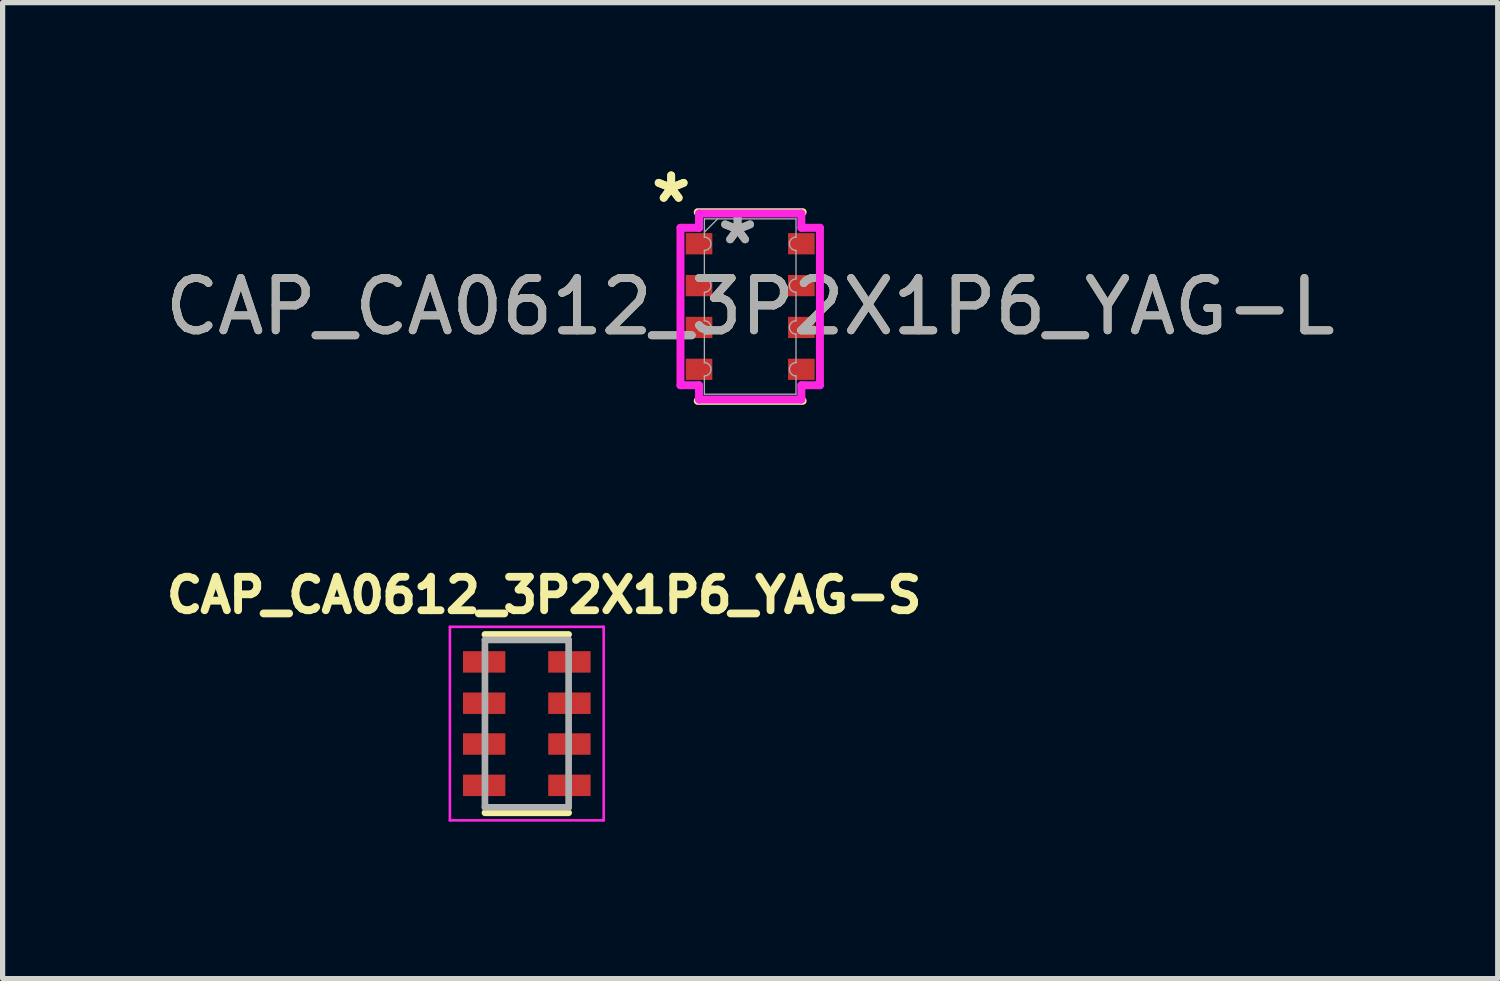
<source format=kicad_pcb>
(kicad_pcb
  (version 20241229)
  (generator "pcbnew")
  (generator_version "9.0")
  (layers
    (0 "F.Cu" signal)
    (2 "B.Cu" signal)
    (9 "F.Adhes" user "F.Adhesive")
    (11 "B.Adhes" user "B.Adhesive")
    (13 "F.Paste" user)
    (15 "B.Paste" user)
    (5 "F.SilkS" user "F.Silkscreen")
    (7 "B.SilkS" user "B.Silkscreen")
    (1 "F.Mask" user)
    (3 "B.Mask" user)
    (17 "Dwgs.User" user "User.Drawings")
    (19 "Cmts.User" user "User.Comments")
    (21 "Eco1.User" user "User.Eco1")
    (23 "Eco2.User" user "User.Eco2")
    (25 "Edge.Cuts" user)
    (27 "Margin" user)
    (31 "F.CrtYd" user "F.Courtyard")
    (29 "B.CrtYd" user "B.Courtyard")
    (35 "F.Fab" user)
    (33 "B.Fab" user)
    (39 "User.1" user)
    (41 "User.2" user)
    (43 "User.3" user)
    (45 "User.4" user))
  (footprint "CAP_CA0612_3P2X1P6_YAG-S"
    (layer "F.Cu")
    (at 7.021 10.784)
    (property "Reference" "CAP_CA0612_3P2X1P6_YAG-S" (at 0.332 -2.456 0) (layer "F.SilkS") (effects (font (size 0.64 0.64) (thickness 0.15))))
    (attr smd)
    (fp_line (start -0.8 -1.705) (end 0.8 -1.705) (stroke (width 0.127) (type solid)) (layer "F.SilkS"))
    (fp_line (start -0.8 1.705) (end 0.8 1.705) (stroke (width 0.127) (type solid)) (layer "F.SilkS"))
    (fp_line (start -1.47 -1.85) (end -1.47 1.85) (stroke (width 0.05) (type solid)) (layer "F.CrtYd"))
    (fp_line (start -1.47 1.85) (end 1.47 1.85) (stroke (width 0.05) (type solid)) (layer "F.CrtYd"))
    (fp_line (start 1.47 -1.85) (end -1.47 -1.85) (stroke (width 0.05) (type solid)) (layer "F.CrtYd"))
    (fp_line (start 1.47 1.85) (end 1.47 -1.85) (stroke (width 0.05) (type solid)) (layer "F.CrtYd"))
    (fp_line (start -0.8 -1.6) (end 0.8 -1.6) (stroke (width 0.127) (type solid)) (layer "F.Fab"))
    (fp_line (start -0.8 1.6) (end -0.8 -1.6) (stroke (width 0.127) (type solid)) (layer "F.Fab"))
    (fp_line (start 0.8 -1.6) (end 0.8 1.6) (stroke (width 0.127) (type solid)) (layer "F.Fab"))
    (fp_line (start 0.8 1.6) (end -0.8 1.6) (stroke (width 0.127) (type solid)) (layer "F.Fab"))
    (pad "1" smd rect (at -0.815 -1.18) (size 0.81 0.41) (layers "F.Cu" "F.Mask" "F.Paste"))
    (pad "2" smd rect (at -0.815 -0.39) (size 0.81 0.41) (layers "F.Cu" "F.Mask" "F.Paste"))
    (pad "3" smd rect (at -0.815 0.39) (size 0.81 0.41) (layers "F.Cu" "F.Mask" "F.Paste"))
    (pad "4" smd rect (at -0.815 1.18) (size 0.81 0.41) (layers "F.Cu" "F.Mask" "F.Paste"))
    (pad "5" smd rect (at 0.815 1.18) (size 0.81 0.41) (layers "F.Cu" "F.Mask" "F.Paste"))
    (pad "6" smd rect (at 0.815 0.39) (size 0.81 0.41) (layers "F.Cu" "F.Mask" "F.Paste"))
    (pad "7" smd rect (at 0.815 -0.39) (size 0.81 0.41) (layers "F.Cu" "F.Mask" "F.Paste"))
    (pad "8" smd rect (at 0.815 -1.18) (size 0.81 0.41) (layers "F.Cu" "F.Mask" "F.Paste")))
  (footprint "CAP_CA0612_3P2X1P6_YAG-L"
    (layer "F.Cu")
    (at 11.292 2.81)
    (property "Reference" "CAP_CA0612_3P2X1P6_YAG-L" (at 0 0 0) (unlocked yes) (layer "F.SilkS") (effects (font (size 1 1) (thickness 0.15))))
    (attr smd)
    (fp_line (start -1.003 -1.803) (end 1.003 -1.803) (stroke (width 0.152) (type solid)) (layer "F.SilkS"))
    (fp_line (start -1.003 1.803) (end 1.003 1.803) (stroke (width 0.152) (type solid)) (layer "F.SilkS"))
    (fp_line (start -1.333 -1.505) (end -0.978 -1.505) (stroke (width 0.152) (type solid)) (layer "F.CrtYd"))
    (fp_line (start -1.333 1.505) (end -1.333 -1.505) (stroke (width 0.152) (type solid)) (layer "F.CrtYd"))
    (fp_line (start -1.333 1.505) (end -0.978 1.505) (stroke (width 0.152) (type solid)) (layer "F.CrtYd"))
    (fp_line (start -0.978 -1.778) (end 0.978 -1.778) (stroke (width 0.152) (type solid)) (layer "F.CrtYd"))
    (fp_line (start -0.978 -1.505) (end -0.978 -1.778) (stroke (width 0.152) (type solid)) (layer "F.CrtYd"))
    (fp_line (start -0.978 1.778) (end -0.978 1.505) (stroke (width 0.152) (type solid)) (layer "F.CrtYd"))
    (fp_line (start 0.978 -1.778) (end 0.978 -1.505) (stroke (width 0.152) (type solid)) (layer "F.CrtYd"))
    (fp_line (start 0.978 1.505) (end 0.978 1.778) (stroke (width 0.152) (type solid)) (layer "F.CrtYd"))
    (fp_line (start 0.978 1.778) (end -0.978 1.778) (stroke (width 0.152) (type solid)) (layer "F.CrtYd"))
    (fp_line (start 1.333 -1.505) (end 0.978 -1.505) (stroke (width 0.152) (type solid)) (layer "F.CrtYd"))
    (fp_line (start 1.333 -1.505) (end 1.333 1.505) (stroke (width 0.152) (type solid)) (layer "F.CrtYd"))
    (fp_line (start 1.333 1.505) (end 0.978 1.505) (stroke (width 0.152) (type solid)) (layer "F.CrtYd"))
    (fp_line (start -0.876 -1.676) (end 0.876 -1.676) (stroke (width 0.025) (type solid)) (layer "F.Fab"))
    (fp_line (start -0.876 -1.327) (end -0.876 -1.676) (stroke (width 0.025) (type solid)) (layer "F.Fab"))
    (fp_line (start -0.876 -1.073) (end -0.876 -0.527) (stroke (width 0.025) (type solid)) (layer "F.Fab"))
    (fp_line (start -0.876 -0.273) (end -0.876 0.273) (stroke (width 0.025) (type solid)) (layer "F.Fab"))
    (fp_line (start -0.876 0.527) (end -0.876 1.073) (stroke (width 0.025) (type solid)) (layer "F.Fab"))
    (fp_line (start -0.876 1.327) (end -0.876 1.676) (stroke (width 0.025) (type solid)) (layer "F.Fab"))
    (fp_line (start -0.876 1.676) (end 0.876 1.676) (stroke (width 0.025) (type solid)) (layer "F.Fab"))
    (fp_line (start -0.622 -1.676) (end -0.876 -1.422) (stroke (width 0.025) (type solid)) (layer "F.Fab"))
    (fp_line (start 0.876 -1.327) (end 0.876 -1.676) (stroke (width 0.025) (type solid)) (layer "F.Fab"))
    (fp_line (start 0.876 -1.073) (end 0.876 -0.527) (stroke (width 0.025) (type solid)) (layer "F.Fab"))
    (fp_line (start 0.876 -0.273) (end 0.876 0.273) (stroke (width 0.025) (type solid)) (layer "F.Fab"))
    (fp_line (start 0.876 0.527) (end 0.876 1.073) (stroke (width 0.025) (type solid)) (layer "F.Fab"))
    (fp_line (start 0.876 1.327) (end 0.876 1.676) (stroke (width 0.025) (type solid)) (layer "F.Fab"))
    (fp_arc (start -0.8763 -1.327) (mid -0.7493 -1.2) (end -0.8763 -1.073) (stroke (width 0.0254) (type solid)) (layer "F.Fab"))
    (fp_arc (start -0.8763 -0.526999) (mid -0.7493 -0.399999) (end -0.8763 -0.272999) (stroke (width 0.0254) (type solid)) (layer "F.Fab"))
    (fp_arc (start -0.8763 0.272999) (mid -0.7493 0.399999) (end -0.8763 0.526999) (stroke (width 0.0254) (type solid)) (layer "F.Fab"))
    (fp_arc (start -0.8763 1.073) (mid -0.7493 1.2) (end -0.8763 1.327) (stroke (width 0.0254) (type solid)) (layer "F.Fab"))
    (fp_arc (start 0.8763 -1.073) (mid 0.7493 -1.2) (end 0.8763 -1.327) (stroke (width 0.0254) (type solid)) (layer "F.Fab"))
    (fp_arc (start 0.8763 -0.272999) (mid 0.7493 -0.399999) (end 0.8763 -0.526999) (stroke (width 0.0254) (type solid)) (layer "F.Fab"))
    (fp_arc (start 0.8763 0.526999) (mid 0.7493 0.399999) (end 0.8763 0.272999) (stroke (width 0.0254) (type solid)) (layer "F.Fab"))
    (fp_arc (start 0.8763 1.327) (mid 0.7493 1.2) (end 0.8763 1.073) (stroke (width 0.0254) (type solid)) (layer "F.Fab"))
    (fp_text user "*" (at -1.511 -1.962 0) (unlocked yes) (layer "F.SilkS") (effects (font (size 1 1) (thickness 0.15))))
    (fp_text user "*" (at -1.511 -1.962 0) (layer "F.SilkS") (effects (font (size 1 1) (thickness 0.15))))
    (fp_text user "${REFERENCE}" (at 0 0 0) (unlocked yes) (layer "F.Fab") (effects (font (size 1 1) (thickness 0.15))))
    (fp_text user "*" (at -0.241 -1.168 0) (layer "F.Fab") (effects (font (size 1 1) (thickness 0.15))))
    (fp_text user "*" (at -0.241 -1.168 0) (unlocked yes) (layer "F.Fab") (effects (font (size 1 1) (thickness 0.15))))
    (pad "1" smd rect (at -0.978 -1.2) (size 0.508 0.406) (layers "F.Cu" "F.Mask" "F.Paste"))
    (pad "2" smd rect (at -0.978 -0.4) (size 0.508 0.406) (layers "F.Cu" "F.Mask" "F.Paste"))
    (pad "3" smd rect (at -0.978 0.4) (size 0.508 0.406) (layers "F.Cu" "F.Mask" "F.Paste"))
    (pad "4" smd rect (at -0.978 1.2) (size 0.508 0.406) (layers "F.Cu" "F.Mask" "F.Paste"))
    (pad "5" smd rect (at 0.978 1.2) (size 0.508 0.406) (layers "F.Cu" "F.Mask" "F.Paste"))
    (pad "6" smd rect (at 0.978 0.4) (size 0.508 0.406) (layers "F.Cu" "F.Mask" "F.Paste"))
    (pad "7" smd rect (at 0.978 -0.4) (size 0.508 0.406) (layers "F.Cu" "F.Mask" "F.Paste"))
    (pad "8" smd rect (at 0.978 -1.2) (size 0.508 0.406) (layers "F.Cu" "F.Mask" "F.Paste")))
  (gr_rect
    (start -3 -3)
    (end 25.583 15.659)
    (stroke (width 0.1) (type default))
    (fill no)
    (layer "Edge.Cuts")))
</source>
